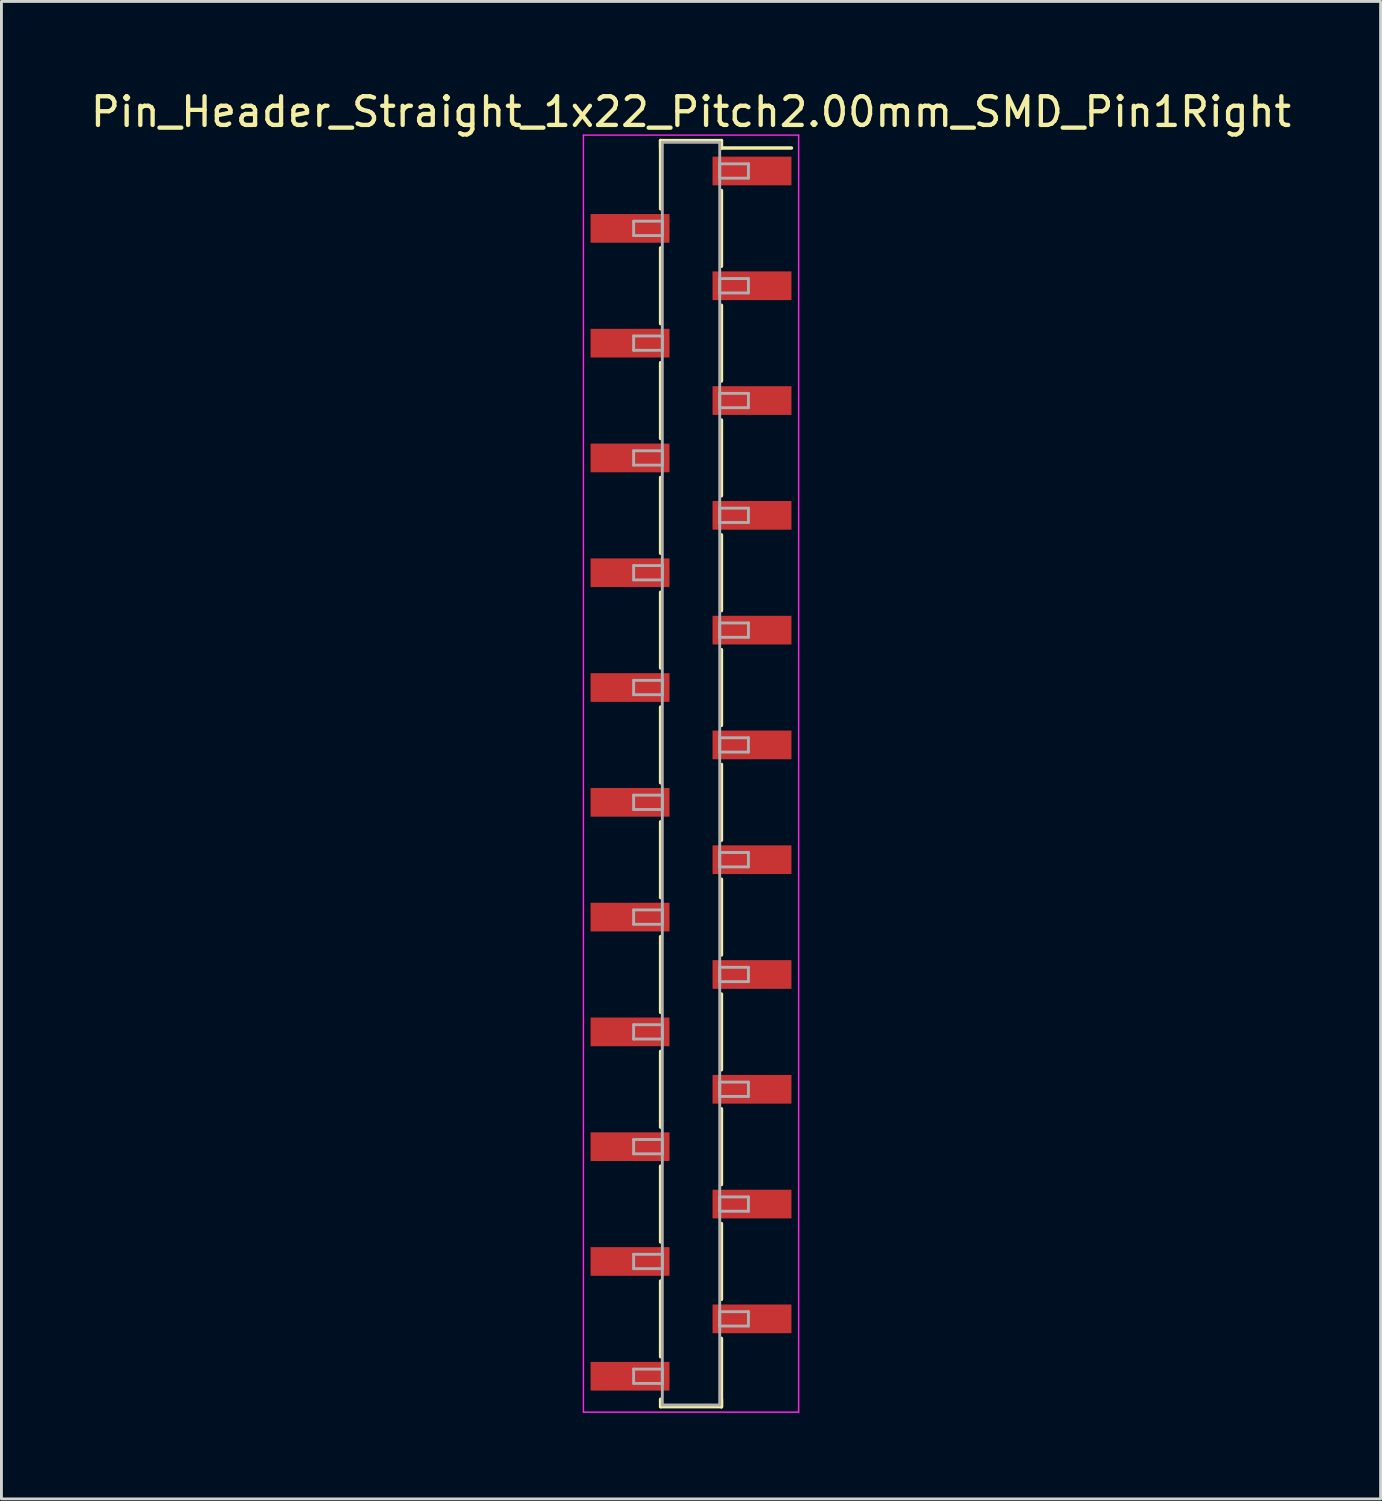
<source format=kicad_pcb>
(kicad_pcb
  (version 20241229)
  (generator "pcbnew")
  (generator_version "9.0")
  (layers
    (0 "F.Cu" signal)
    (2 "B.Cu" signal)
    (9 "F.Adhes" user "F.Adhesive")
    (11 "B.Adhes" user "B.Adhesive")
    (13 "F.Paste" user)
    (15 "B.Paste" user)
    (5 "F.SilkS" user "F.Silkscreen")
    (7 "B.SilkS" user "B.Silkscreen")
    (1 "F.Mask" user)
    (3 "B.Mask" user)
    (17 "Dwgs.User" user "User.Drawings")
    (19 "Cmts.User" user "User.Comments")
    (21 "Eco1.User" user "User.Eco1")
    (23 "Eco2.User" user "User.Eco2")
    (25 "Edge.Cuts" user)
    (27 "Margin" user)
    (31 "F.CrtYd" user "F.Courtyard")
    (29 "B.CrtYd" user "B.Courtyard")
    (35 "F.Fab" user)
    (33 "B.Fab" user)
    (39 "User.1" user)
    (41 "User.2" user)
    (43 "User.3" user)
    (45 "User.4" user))
  (footprint "Pin_Header_Straight_1x22_Pitch2.00mm_SMD_Pin1Right"
    (layer "F.Cu")
    (at 21.03 23.908)
    (property "Reference" "Pin_Header_Straight_1x22_Pitch2.00mm_SMD_Pin1Right" (at 0 -23.06 0) (layer "F.SilkS") (effects (font (size 1 1) (thickness 0.15))))
    (attr smd)
    (fp_line (start -1.06 -22.06) (end -1.06 -19.68) (stroke (width 0.12) (type solid)) (layer "F.SilkS"))
    (fp_line (start -1.06 -22.06) (end 1.06 -22.06) (stroke (width 0.12) (type solid)) (layer "F.SilkS"))
    (fp_line (start -1.06 -21.8) (end -1.06 -22.06) (stroke (width 0.12) (type solid)) (layer "F.SilkS"))
    (fp_line (start -1.06 -18.32) (end -1.06 -15.68) (stroke (width 0.12) (type solid)) (layer "F.SilkS"))
    (fp_line (start -1.06 -14.32) (end -1.06 -11.68) (stroke (width 0.12) (type solid)) (layer "F.SilkS"))
    (fp_line (start -1.06 -10.32) (end -1.06 -7.68) (stroke (width 0.12) (type solid)) (layer "F.SilkS"))
    (fp_line (start -1.06 -6.32) (end -1.06 -3.68) (stroke (width 0.12) (type solid)) (layer "F.SilkS"))
    (fp_line (start -1.06 -2.32) (end -1.06 0.32) (stroke (width 0.12) (type solid)) (layer "F.SilkS"))
    (fp_line (start -1.06 1.68) (end -1.06 4.32) (stroke (width 0.12) (type solid)) (layer "F.SilkS"))
    (fp_line (start -1.06 5.68) (end -1.06 8.32) (stroke (width 0.12) (type solid)) (layer "F.SilkS"))
    (fp_line (start -1.06 9.68) (end -1.06 12.32) (stroke (width 0.12) (type solid)) (layer "F.SilkS"))
    (fp_line (start -1.06 13.68) (end -1.06 16.32) (stroke (width 0.12) (type solid)) (layer "F.SilkS"))
    (fp_line (start -1.06 17.68) (end -1.06 20.32) (stroke (width 0.12) (type solid)) (layer "F.SilkS"))
    (fp_line (start -1.06 21.8) (end -1.06 22.06) (stroke (width 0.12) (type solid)) (layer "F.SilkS"))
    (fp_line (start -1.06 22.06) (end 1.06 22.06) (stroke (width 0.12) (type solid)) (layer "F.SilkS"))
    (fp_line (start 1.06 -22.06) (end 1.06 -21.8) (stroke (width 0.12) (type solid)) (layer "F.SilkS"))
    (fp_line (start 1.06 -21.8) (end 3.5 -21.8) (stroke (width 0.12) (type solid)) (layer "F.SilkS"))
    (fp_line (start 1.06 -20.32) (end 1.06 -17.68) (stroke (width 0.12) (type solid)) (layer "F.SilkS"))
    (fp_line (start 1.06 -16.32) (end 1.06 -13.68) (stroke (width 0.12) (type solid)) (layer "F.SilkS"))
    (fp_line (start 1.06 -12.32) (end 1.06 -9.68) (stroke (width 0.12) (type solid)) (layer "F.SilkS"))
    (fp_line (start 1.06 -8.32) (end 1.06 -5.68) (stroke (width 0.12) (type solid)) (layer "F.SilkS"))
    (fp_line (start 1.06 -4.32) (end 1.06 -1.68) (stroke (width 0.12) (type solid)) (layer "F.SilkS"))
    (fp_line (start 1.06 -0.32) (end 1.06 2.32) (stroke (width 0.12) (type solid)) (layer "F.SilkS"))
    (fp_line (start 1.06 3.68) (end 1.06 6.32) (stroke (width 0.12) (type solid)) (layer "F.SilkS"))
    (fp_line (start 1.06 7.68) (end 1.06 10.32) (stroke (width 0.12) (type solid)) (layer "F.SilkS"))
    (fp_line (start 1.06 11.68) (end 1.06 14.32) (stroke (width 0.12) (type solid)) (layer "F.SilkS"))
    (fp_line (start 1.06 15.68) (end 1.06 18.32) (stroke (width 0.12) (type solid)) (layer "F.SilkS"))
    (fp_line (start 1.06 19.68) (end 1.06 22.06) (stroke (width 0.12) (type solid)) (layer "F.SilkS"))
    (fp_line (start 1.06 22.06) (end 1.06 21.8) (stroke (width 0.12) (type solid)) (layer "F.SilkS"))
    (fp_line (start -3.75 -22.25) (end -3.75 22.25) (stroke (width 0.05) (type solid)) (layer "F.CrtYd"))
    (fp_line (start -3.75 22.25) (end 3.75 22.25) (stroke (width 0.05) (type solid)) (layer "F.CrtYd"))
    (fp_line (start 3.75 -22.25) (end -3.75 -22.25) (stroke (width 0.05) (type solid)) (layer "F.CrtYd"))
    (fp_line (start 3.75 22.25) (end 3.75 -22.25) (stroke (width 0.05) (type solid)) (layer "F.CrtYd"))
    (fp_line (start -2 -19.25) (end -1 -19.25) (stroke (width 0.1) (type solid)) (layer "F.Fab"))
    (fp_line (start -2 -18.75) (end -2 -19.25) (stroke (width 0.1) (type solid)) (layer "F.Fab"))
    (fp_line (start -2 -15.25) (end -1 -15.25) (stroke (width 0.1) (type solid)) (layer "F.Fab"))
    (fp_line (start -2 -14.75) (end -2 -15.25) (stroke (width 0.1) (type solid)) (layer "F.Fab"))
    (fp_line (start -2 -11.25) (end -1 -11.25) (stroke (width 0.1) (type solid)) (layer "F.Fab"))
    (fp_line (start -2 -10.75) (end -2 -11.25) (stroke (width 0.1) (type solid)) (layer "F.Fab"))
    (fp_line (start -2 -7.25) (end -1 -7.25) (stroke (width 0.1) (type solid)) (layer "F.Fab"))
    (fp_line (start -2 -6.75) (end -2 -7.25) (stroke (width 0.1) (type solid)) (layer "F.Fab"))
    (fp_line (start -2 -3.25) (end -1 -3.25) (stroke (width 0.1) (type solid)) (layer "F.Fab"))
    (fp_line (start -2 -2.75) (end -2 -3.25) (stroke (width 0.1) (type solid)) (layer "F.Fab"))
    (fp_line (start -2 0.75) (end -1 0.75) (stroke (width 0.1) (type solid)) (layer "F.Fab"))
    (fp_line (start -2 1.25) (end -2 0.75) (stroke (width 0.1) (type solid)) (layer "F.Fab"))
    (fp_line (start -2 4.75) (end -1 4.75) (stroke (width 0.1) (type solid)) (layer "F.Fab"))
    (fp_line (start -2 5.25) (end -2 4.75) (stroke (width 0.1) (type solid)) (layer "F.Fab"))
    (fp_line (start -2 8.75) (end -1 8.75) (stroke (width 0.1) (type solid)) (layer "F.Fab"))
    (fp_line (start -2 9.25) (end -2 8.75) (stroke (width 0.1) (type solid)) (layer "F.Fab"))
    (fp_line (start -2 12.75) (end -1 12.75) (stroke (width 0.1) (type solid)) (layer "F.Fab"))
    (fp_line (start -2 13.25) (end -2 12.75) (stroke (width 0.1) (type solid)) (layer "F.Fab"))
    (fp_line (start -2 16.75) (end -1 16.75) (stroke (width 0.1) (type solid)) (layer "F.Fab"))
    (fp_line (start -2 17.25) (end -2 16.75) (stroke (width 0.1) (type solid)) (layer "F.Fab"))
    (fp_line (start -2 20.75) (end -1 20.75) (stroke (width 0.1) (type solid)) (layer "F.Fab"))
    (fp_line (start -2 21.25) (end -2 20.75) (stroke (width 0.1) (type solid)) (layer "F.Fab"))
    (fp_line (start -1 -22) (end -1 22) (stroke (width 0.1) (type solid)) (layer "F.Fab"))
    (fp_line (start -1 -19.25) (end -1 -18.75) (stroke (width 0.1) (type solid)) (layer "F.Fab"))
    (fp_line (start -1 -18.75) (end -2 -18.75) (stroke (width 0.1) (type solid)) (layer "F.Fab"))
    (fp_line (start -1 -15.25) (end -1 -14.75) (stroke (width 0.1) (type solid)) (layer "F.Fab"))
    (fp_line (start -1 -14.75) (end -2 -14.75) (stroke (width 0.1) (type solid)) (layer "F.Fab"))
    (fp_line (start -1 -11.25) (end -1 -10.75) (stroke (width 0.1) (type solid)) (layer "F.Fab"))
    (fp_line (start -1 -10.75) (end -2 -10.75) (stroke (width 0.1) (type solid)) (layer "F.Fab"))
    (fp_line (start -1 -7.25) (end -1 -6.75) (stroke (width 0.1) (type solid)) (layer "F.Fab"))
    (fp_line (start -1 -6.75) (end -2 -6.75) (stroke (width 0.1) (type solid)) (layer "F.Fab"))
    (fp_line (start -1 -3.25) (end -1 -2.75) (stroke (width 0.1) (type solid)) (layer "F.Fab"))
    (fp_line (start -1 -2.75) (end -2 -2.75) (stroke (width 0.1) (type solid)) (layer "F.Fab"))
    (fp_line (start -1 0.75) (end -1 1.25) (stroke (width 0.1) (type solid)) (layer "F.Fab"))
    (fp_line (start -1 1.25) (end -2 1.25) (stroke (width 0.1) (type solid)) (layer "F.Fab"))
    (fp_line (start -1 4.75) (end -1 5.25) (stroke (width 0.1) (type solid)) (layer "F.Fab"))
    (fp_line (start -1 5.25) (end -2 5.25) (stroke (width 0.1) (type solid)) (layer "F.Fab"))
    (fp_line (start -1 8.75) (end -1 9.25) (stroke (width 0.1) (type solid)) (layer "F.Fab"))
    (fp_line (start -1 9.25) (end -2 9.25) (stroke (width 0.1) (type solid)) (layer "F.Fab"))
    (fp_line (start -1 12.75) (end -1 13.25) (stroke (width 0.1) (type solid)) (layer "F.Fab"))
    (fp_line (start -1 13.25) (end -2 13.25) (stroke (width 0.1) (type solid)) (layer "F.Fab"))
    (fp_line (start -1 16.75) (end -1 17.25) (stroke (width 0.1) (type solid)) (layer "F.Fab"))
    (fp_line (start -1 17.25) (end -2 17.25) (stroke (width 0.1) (type solid)) (layer "F.Fab"))
    (fp_line (start -1 20.75) (end -1 21.25) (stroke (width 0.1) (type solid)) (layer "F.Fab"))
    (fp_line (start -1 21.25) (end -2 21.25) (stroke (width 0.1) (type solid)) (layer "F.Fab"))
    (fp_line (start -1 22) (end 1 22) (stroke (width 0.1) (type solid)) (layer "F.Fab"))
    (fp_line (start 1 -22) (end -1 -22) (stroke (width 0.1) (type solid)) (layer "F.Fab"))
    (fp_line (start 1 -21.25) (end 1 -20.75) (stroke (width 0.1) (type solid)) (layer "F.Fab"))
    (fp_line (start 1 -20.75) (end 2 -20.75) (stroke (width 0.1) (type solid)) (layer "F.Fab"))
    (fp_line (start 1 -17.25) (end 1 -16.75) (stroke (width 0.1) (type solid)) (layer "F.Fab"))
    (fp_line (start 1 -16.75) (end 2 -16.75) (stroke (width 0.1) (type solid)) (layer "F.Fab"))
    (fp_line (start 1 -13.25) (end 1 -12.75) (stroke (width 0.1) (type solid)) (layer "F.Fab"))
    (fp_line (start 1 -12.75) (end 2 -12.75) (stroke (width 0.1) (type solid)) (layer "F.Fab"))
    (fp_line (start 1 -9.25) (end 1 -8.75) (stroke (width 0.1) (type solid)) (layer "F.Fab"))
    (fp_line (start 1 -8.75) (end 2 -8.75) (stroke (width 0.1) (type solid)) (layer "F.Fab"))
    (fp_line (start 1 -5.25) (end 1 -4.75) (stroke (width 0.1) (type solid)) (layer "F.Fab"))
    (fp_line (start 1 -4.75) (end 2 -4.75) (stroke (width 0.1) (type solid)) (layer "F.Fab"))
    (fp_line (start 1 -1.25) (end 1 -0.75) (stroke (width 0.1) (type solid)) (layer "F.Fab"))
    (fp_line (start 1 -0.75) (end 2 -0.75) (stroke (width 0.1) (type solid)) (layer "F.Fab"))
    (fp_line (start 1 2.75) (end 1 3.25) (stroke (width 0.1) (type solid)) (layer "F.Fab"))
    (fp_line (start 1 3.25) (end 2 3.25) (stroke (width 0.1) (type solid)) (layer "F.Fab"))
    (fp_line (start 1 6.75) (end 1 7.25) (stroke (width 0.1) (type solid)) (layer "F.Fab"))
    (fp_line (start 1 7.25) (end 2 7.25) (stroke (width 0.1) (type solid)) (layer "F.Fab"))
    (fp_line (start 1 10.75) (end 1 11.25) (stroke (width 0.1) (type solid)) (layer "F.Fab"))
    (fp_line (start 1 11.25) (end 2 11.25) (stroke (width 0.1) (type solid)) (layer "F.Fab"))
    (fp_line (start 1 14.75) (end 1 15.25) (stroke (width 0.1) (type solid)) (layer "F.Fab"))
    (fp_line (start 1 15.25) (end 2 15.25) (stroke (width 0.1) (type solid)) (layer "F.Fab"))
    (fp_line (start 1 18.75) (end 1 19.25) (stroke (width 0.1) (type solid)) (layer "F.Fab"))
    (fp_line (start 1 19.25) (end 2 19.25) (stroke (width 0.1) (type solid)) (layer "F.Fab"))
    (fp_line (start 1 22) (end 1 -22) (stroke (width 0.1) (type solid)) (layer "F.Fab"))
    (fp_line (start 2 -21.25) (end 1 -21.25) (stroke (width 0.1) (type solid)) (layer "F.Fab"))
    (fp_line (start 2 -20.75) (end 2 -21.25) (stroke (width 0.1) (type solid)) (layer "F.Fab"))
    (fp_line (start 2 -17.25) (end 1 -17.25) (stroke (width 0.1) (type solid)) (layer "F.Fab"))
    (fp_line (start 2 -16.75) (end 2 -17.25) (stroke (width 0.1) (type solid)) (layer "F.Fab"))
    (fp_line (start 2 -13.25) (end 1 -13.25) (stroke (width 0.1) (type solid)) (layer "F.Fab"))
    (fp_line (start 2 -12.75) (end 2 -13.25) (stroke (width 0.1) (type solid)) (layer "F.Fab"))
    (fp_line (start 2 -9.25) (end 1 -9.25) (stroke (width 0.1) (type solid)) (layer "F.Fab"))
    (fp_line (start 2 -8.75) (end 2 -9.25) (stroke (width 0.1) (type solid)) (layer "F.Fab"))
    (fp_line (start 2 -5.25) (end 1 -5.25) (stroke (width 0.1) (type solid)) (layer "F.Fab"))
    (fp_line (start 2 -4.75) (end 2 -5.25) (stroke (width 0.1) (type solid)) (layer "F.Fab"))
    (fp_line (start 2 -1.25) (end 1 -1.25) (stroke (width 0.1) (type solid)) (layer "F.Fab"))
    (fp_line (start 2 -0.75) (end 2 -1.25) (stroke (width 0.1) (type solid)) (layer "F.Fab"))
    (fp_line (start 2 2.75) (end 1 2.75) (stroke (width 0.1) (type solid)) (layer "F.Fab"))
    (fp_line (start 2 3.25) (end 2 2.75) (stroke (width 0.1) (type solid)) (layer "F.Fab"))
    (fp_line (start 2 6.75) (end 1 6.75) (stroke (width 0.1) (type solid)) (layer "F.Fab"))
    (fp_line (start 2 7.25) (end 2 6.75) (stroke (width 0.1) (type solid)) (layer "F.Fab"))
    (fp_line (start 2 10.75) (end 1 10.75) (stroke (width 0.1) (type solid)) (layer "F.Fab"))
    (fp_line (start 2 11.25) (end 2 10.75) (stroke (width 0.1) (type solid)) (layer "F.Fab"))
    (fp_line (start 2 14.75) (end 1 14.75) (stroke (width 0.1) (type solid)) (layer "F.Fab"))
    (fp_line (start 2 15.25) (end 2 14.75) (stroke (width 0.1) (type solid)) (layer "F.Fab"))
    (fp_line (start 2 18.75) (end 1 18.75) (stroke (width 0.1) (type solid)) (layer "F.Fab"))
    (fp_line (start 2 19.25) (end 2 18.75) (stroke (width 0.1) (type solid)) (layer "F.Fab"))
    (pad "1" smd rect (at 2.125 -21) (size 2.75 1) (layers "F.Cu" "F.Mask"))
    (pad "2" smd rect (at -2.125 -19) (size 2.75 1) (layers "F.Cu" "F.Mask"))
    (pad "3" smd rect (at 2.125 -17) (size 2.75 1) (layers "F.Cu" "F.Mask"))
    (pad "4" smd rect (at -2.125 -15) (size 2.75 1) (layers "F.Cu" "F.Mask"))
    (pad "5" smd rect (at 2.125 -13) (size 2.75 1) (layers "F.Cu" "F.Mask"))
    (pad "6" smd rect (at -2.125 -11) (size 2.75 1) (layers "F.Cu" "F.Mask"))
    (pad "7" smd rect (at 2.125 -9) (size 2.75 1) (layers "F.Cu" "F.Mask"))
    (pad "8" smd rect (at -2.125 -7) (size 2.75 1) (layers "F.Cu" "F.Mask"))
    (pad "9" smd rect (at 2.125 -5) (size 2.75 1) (layers "F.Cu" "F.Mask"))
    (pad "10" smd rect (at -2.125 -3) (size 2.75 1) (layers "F.Cu" "F.Mask"))
    (pad "11" smd rect (at 2.125 -1) (size 2.75 1) (layers "F.Cu" "F.Mask"))
    (pad "12" smd rect (at -2.125 1) (size 2.75 1) (layers "F.Cu" "F.Mask"))
    (pad "13" smd rect (at 2.125 3) (size 2.75 1) (layers "F.Cu" "F.Mask"))
    (pad "14" smd rect (at -2.125 5) (size 2.75 1) (layers "F.Cu" "F.Mask"))
    (pad "15" smd rect (at 2.125 7) (size 2.75 1) (layers "F.Cu" "F.Mask"))
    (pad "16" smd rect (at -2.125 9) (size 2.75 1) (layers "F.Cu" "F.Mask"))
    (pad "17" smd rect (at 2.125 11) (size 2.75 1) (layers "F.Cu" "F.Mask"))
    (pad "18" smd rect (at -2.125 13) (size 2.75 1) (layers "F.Cu" "F.Mask"))
    (pad "19" smd rect (at 2.125 15) (size 2.75 1) (layers "F.Cu" "F.Mask"))
    (pad "20" smd rect (at -2.125 17) (size 2.75 1) (layers "F.Cu" "F.Mask"))
    (pad "21" smd rect (at 2.125 19) (size 2.75 1) (layers "F.Cu" "F.Mask"))
    (pad "22" smd rect (at -2.125 21) (size 2.75 1) (layers "F.Cu" "F.Mask")))
  (gr_rect
    (start -3 -3)
    (end 45.06 49.183)
    (stroke (width 0.1) (type default))
    (fill no)
    (layer "Edge.Cuts")))
</source>
